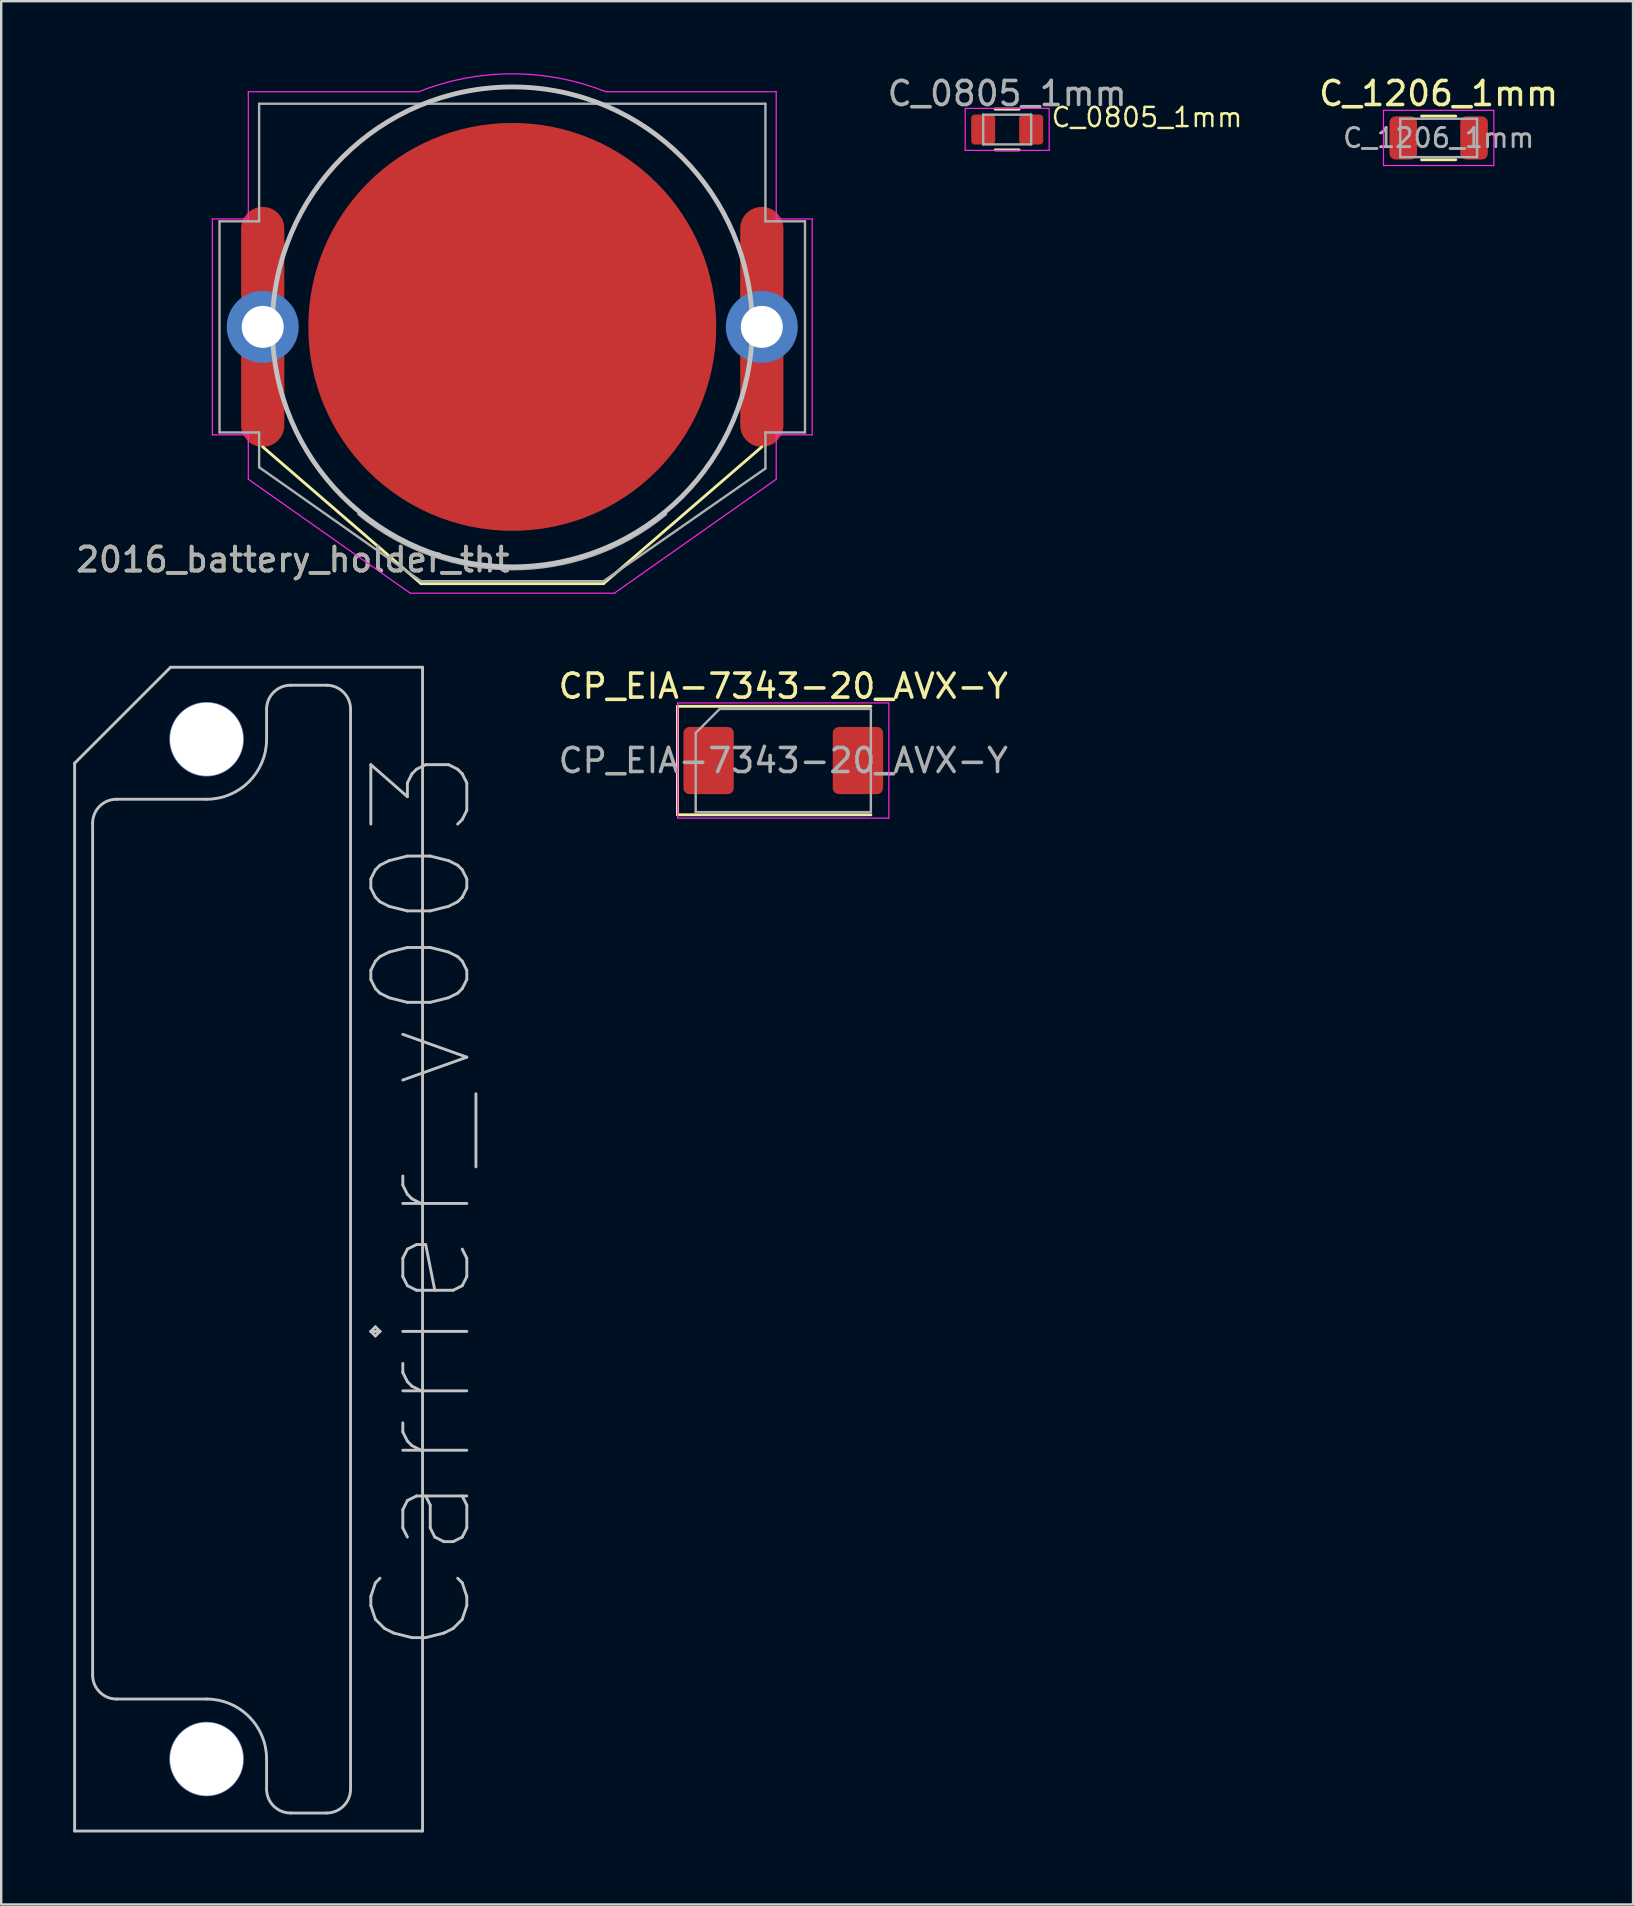
<source format=kicad_pcb>
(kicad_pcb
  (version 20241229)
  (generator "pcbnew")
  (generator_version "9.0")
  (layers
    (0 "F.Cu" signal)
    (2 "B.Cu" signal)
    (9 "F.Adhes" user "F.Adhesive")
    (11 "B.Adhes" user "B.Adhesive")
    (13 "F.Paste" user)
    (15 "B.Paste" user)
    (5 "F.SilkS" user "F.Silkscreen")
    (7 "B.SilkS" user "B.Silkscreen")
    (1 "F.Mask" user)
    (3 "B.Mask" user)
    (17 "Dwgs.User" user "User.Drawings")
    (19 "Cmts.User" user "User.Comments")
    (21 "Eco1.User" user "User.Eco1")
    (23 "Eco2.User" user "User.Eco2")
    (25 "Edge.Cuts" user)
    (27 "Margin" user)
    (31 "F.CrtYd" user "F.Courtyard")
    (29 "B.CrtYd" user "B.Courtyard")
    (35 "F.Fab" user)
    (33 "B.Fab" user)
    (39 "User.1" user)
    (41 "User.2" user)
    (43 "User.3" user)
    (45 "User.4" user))
  (footprint "Carrier_v003"
    (layer "F.Cu")
    (at 14.56 49.008)
    (property "Reference" "Carrier_v003" (at 0 -2 270) (layer "Dwgs.User") (effects (font (size 4 4) (thickness 0.12))))
    (attr exclude_from_pos_files exclude_from_bom)
    (fp_line (start -14.5 -20.25) (end -10.5 -24.25) (stroke (width 0.12) (type solid)) (layer "Dwgs.User"))
    (fp_line (start -14.5 24.25) (end -14.5 -20.25) (stroke (width 0.12) (type solid)) (layer "Dwgs.User"))
    (fp_line (start -13.75 -17.75) (end -13.75 17.75) (stroke (width 0.12) (type solid)) (layer "Dwgs.User"))
    (fp_line (start -12.75 -18.75) (end -9 -18.75) (stroke (width 0.12) (type solid)) (layer "Dwgs.User"))
    (fp_line (start -10.5 -24.25) (end 0 -24.25) (stroke (width 0.12) (type solid)) (layer "Dwgs.User"))
    (fp_line (start -9 18.75) (end -12.75 18.75) (stroke (width 0.12) (type solid)) (layer "Dwgs.User"))
    (fp_line (start -6.5 -22.5) (end -6.5 -21.25) (stroke (width 0.12) (type solid)) (layer "Dwgs.User"))
    (fp_line (start -6.5 22.5) (end -6.5 21.25) (stroke (width 0.12) (type solid)) (layer "Dwgs.User"))
    (fp_line (start -5.5 23.5) (end -4 23.5) (stroke (width 0.12) (type solid)) (layer "Dwgs.User"))
    (fp_line (start -4 -23.5) (end -5.5 -23.5) (stroke (width 0.12) (type solid)) (layer "Dwgs.User"))
    (fp_line (start -3 22.5) (end -3 -22.5) (stroke (width 0.12) (type solid)) (layer "Dwgs.User"))
    (fp_line (start 0 24.25) (end -14.5 24.25) (stroke (width 0.12) (type solid)) (layer "Dwgs.User"))
    (fp_line (start 0 24.25) (end 0 -24.25) (stroke (width 0.12) (type solid)) (layer "Dwgs.User"))
    (fp_arc (start -13.75 -17.75) (mid -13.457107 -18.457107) (end -12.75 -18.75) (stroke (width 0.12) (type solid)) (layer "Dwgs.User"))
    (fp_arc (start -12.75 18.75) (mid -13.457107 18.457107) (end -13.75 17.75) (stroke (width 0.12) (type solid)) (layer "Dwgs.User"))
    (fp_arc (start -9 18.75) (mid -7.232233 19.482233) (end -6.5 21.25) (stroke (width 0.12) (type solid)) (layer "Dwgs.User"))
    (fp_arc (start -6.5 -22.5) (mid -6.207107 -23.207107) (end -5.5 -23.5) (stroke (width 0.12) (type solid)) (layer "Dwgs.User"))
    (fp_arc (start -6.5 -21.25) (mid -7.232233 -19.482233) (end -9 -18.75) (stroke (width 0.12) (type solid)) (layer "Dwgs.User"))
    (fp_arc (start -5.5 23.5) (mid -6.207107 23.207107) (end -6.5 22.5) (stroke (width 0.12) (type solid)) (layer "Dwgs.User"))
    (fp_arc (start -4 -23.5) (mid -3.292893 -23.207107) (end -3 -22.5) (stroke (width 0.12) (type solid)) (layer "Dwgs.User"))
    (fp_arc (start -3 22.5) (mid -3.292893 23.207107) (end -4 23.5) (stroke (width 0.12) (type solid)) (layer "Dwgs.User"))
    (pad "" np_thru_hole circle (at -9 -21.25 180) (size 3.1 3.1) (drill 3.05) (layers "*.Cu" "*.Mask"))
    (pad "" np_thru_hole circle (at -9 21.25 180) (size 3.1 3.1) (drill 3.05) (layers "*.Cu" "*.Mask")))
  (footprint "2016_battery_holder_tht"
    (layer "F.Cu")
    (at 18.299 10.573)
    (property "Reference" "2016_battery_holder_tht" (at -9.15 9.7 0) (unlocked yes) (layer "F.SilkS") (effects (font (size 1 1) (thickness 0.15))))
    (attr through_hole)
    (fp_line (start -10.4 5) (end -3.8 10.7) (stroke (width 0.12) (type solid)) (layer "F.SilkS"))
    (fp_line (start -3.8 10.7) (end 3.8 10.7) (stroke (width 0.12) (type solid)) (layer "F.SilkS"))
    (fp_line (start 3.8 10.7) (end 10.4 5) (stroke (width 0.12) (type solid)) (layer "F.SilkS"))
    (fp_circle (center 0 0) (end 10 0) (stroke (width 0.2) (type solid)) (fill no) (layer "Dwgs.User"))
    (fp_line (start -12.5 -4.5) (end -11 -4.5) (stroke (width 0.05) (type solid)) (layer "F.CrtYd"))
    (fp_line (start -12.5 4.5) (end -12.5 -4.5) (stroke (width 0.05) (type solid)) (layer "F.CrtYd"))
    (fp_line (start -11 -9.8) (end -3.9 -9.8) (stroke (width 0.05) (type solid)) (layer "F.CrtYd"))
    (fp_line (start -11 -4.5) (end -11 -9.8) (stroke (width 0.05) (type solid)) (layer "F.CrtYd"))
    (fp_line (start -11 4.5) (end -12.5 4.5) (stroke (width 0.05) (type solid)) (layer "F.CrtYd"))
    (fp_line (start -11 6.35) (end -11 4.5) (stroke (width 0.05) (type solid)) (layer "F.CrtYd"))
    (fp_line (start -4.25 11.1) (end -11 6.35) (stroke (width 0.05) (type solid)) (layer "F.CrtYd"))
    (fp_line (start 4.25 11.1) (end -4.25 11.1) (stroke (width 0.05) (type solid)) (layer "F.CrtYd"))
    (fp_line (start 11 -9.8) (end 3.9 -9.8) (stroke (width 0.05) (type solid)) (layer "F.CrtYd"))
    (fp_line (start 11 -9.8) (end 11 -4.5) (stroke (width 0.05) (type solid)) (layer "F.CrtYd"))
    (fp_line (start 11 -4.5) (end 12.5 -4.5) (stroke (width 0.05) (type solid)) (layer "F.CrtYd"))
    (fp_line (start 11 4.5) (end 11 6.35) (stroke (width 0.05) (type solid)) (layer "F.CrtYd"))
    (fp_line (start 11 6.35) (end 4.25 11.1) (stroke (width 0.05) (type solid)) (layer "F.CrtYd"))
    (fp_line (start 12.5 -4.5) (end 12.5 4.5) (stroke (width 0.05) (type solid)) (layer "F.CrtYd"))
    (fp_line (start 12.5 4.5) (end 11 4.5) (stroke (width 0.05) (type solid)) (layer "F.CrtYd"))
    (fp_arc (start -3.9 -9.8) (mid 0 -10.547512) (end 3.9 -9.8) (stroke (width 0.05) (type solid)) (layer "F.CrtYd"))
    (fp_line (start -12.2 -4.4) (end -12.2 4.4) (stroke (width 0.1) (type solid)) (layer "F.Fab"))
    (fp_line (start -12.2 -4.4) (end -10.55 -4.4) (stroke (width 0.1) (type solid)) (layer "F.Fab"))
    (fp_line (start -12.2 4.4) (end -10.55 4.4) (stroke (width 0.1) (type solid)) (layer "F.Fab"))
    (fp_line (start -10.55 -4.4) (end -10.55 -9.3) (stroke (width 0.1) (type solid)) (layer "F.Fab"))
    (fp_line (start -10.55 4.4) (end -10.55 5.85) (stroke (width 0.1) (type solid)) (layer "F.Fab"))
    (fp_line (start -10.55 5.85) (end -3.8 10.6) (stroke (width 0.1) (type solid)) (layer "F.Fab"))
    (fp_line (start -3.8 10.6) (end 3.8 10.6) (stroke (width 0.1) (type solid)) (layer "F.Fab"))
    (fp_line (start 10.55 -9.3) (end -10.55 -9.3) (stroke (width 0.1) (type solid)) (layer "F.Fab"))
    (fp_line (start 10.55 -4.4) (end 10.55 -9.3) (stroke (width 0.1) (type solid)) (layer "F.Fab"))
    (fp_line (start 10.55 4.4) (end 10.55 5.9) (stroke (width 0.1) (type solid)) (layer "F.Fab"))
    (fp_line (start 10.55 4.4) (end 12.2 4.4) (stroke (width 0.1) (type solid)) (layer "F.Fab"))
    (fp_line (start 10.55 5.9) (end 3.8 10.6) (stroke (width 0.1) (type solid)) (layer "F.Fab"))
    (fp_line (start 12.2 -4.4) (end 10.55 -4.4) (stroke (width 0.1) (type solid)) (layer "F.Fab"))
    (fp_line (start 12.2 4.4) (end 12.2 -4.4) (stroke (width 0.1) (type solid)) (layer "F.Fab"))
    (fp_arc (start 6.394738 7.804313) (mid -0.003402 10.089597) (end -6.399999 7.799999) (stroke (width 0.12) (type solid)) (layer "F.Fab"))
    (fp_text user "${REFERENCE}" (at -9.15 9.7 0) (layer "F.Fab") (effects (font (size 1 1) (thickness 0.15))))
    (pad "1" thru_hole circle (at -10.4 0) (size 1.8 1.8) (drill 1.75) (layers "*.Cu" "*.Mask"))
    (pad "1" smd oval (at -10.4 0) (size 1.8 10) (layers "F.Cu" "F.Mask" "F.Paste"))
    (pad "1" smd circle (at -10.4 0) (size 3 3) (layers "B.Cu"))
    (pad "1" thru_hole circle (at 10.4 0) (size 1.8 1.8) (drill 1.75) (layers "*.Cu" "*.Mask"))
    (pad "1" smd oval (at 10.4 0) (size 1.8 10) (layers "F.Cu" "F.Mask" "F.Paste"))
    (pad "1" smd circle (at 10.4 0) (size 3 3) (layers "B.Cu"))
    (pad "2" smd circle (at 0 0) (size 17 17) (layers "F.Cu" "F.Mask")))
  (footprint "CP_EIA-7343-20_AVX-Y"
    (layer "F.Cu")
    (at 29.593 28.646)
    (property "Reference" "CP_EIA-7343-20_AVX-Y" (at 0 -3.1 0) (layer "F.SilkS") (effects (font (size 1 1) (thickness 0.15))))
    (attr smd)
    (fp_line (start -4.41 -2.26) (end -4.41 2.26) (stroke (width 0.12) (type solid)) (layer "F.SilkS"))
    (fp_line (start -4.41 2.26) (end 3.65 2.26) (stroke (width 0.12) (type solid)) (layer "F.SilkS"))
    (fp_line (start 3.65 -2.26) (end -4.41 -2.26) (stroke (width 0.12) (type solid)) (layer "F.SilkS"))
    (fp_line (start -4.4 -2.4) (end 4.4 -2.4) (stroke (width 0.05) (type solid)) (layer "F.CrtYd"))
    (fp_line (start -4.4 2.4) (end -4.4 -2.4) (stroke (width 0.05) (type solid)) (layer "F.CrtYd"))
    (fp_line (start 4.4 -2.4) (end 4.4 2.4) (stroke (width 0.05) (type solid)) (layer "F.CrtYd"))
    (fp_line (start 4.4 2.4) (end -4.4 2.4) (stroke (width 0.05) (type solid)) (layer "F.CrtYd"))
    (fp_line (start -3.65 -1.15) (end -3.65 2.15) (stroke (width 0.1) (type solid)) (layer "F.Fab"))
    (fp_line (start -3.65 2.15) (end 3.65 2.15) (stroke (width 0.1) (type solid)) (layer "F.Fab"))
    (fp_line (start -2.65 -2.15) (end -3.65 -1.15) (stroke (width 0.1) (type solid)) (layer "F.Fab"))
    (fp_line (start 3.65 -2.15) (end -2.65 -2.15) (stroke (width 0.1) (type solid)) (layer "F.Fab"))
    (fp_line (start 3.65 2.15) (end 3.65 -2.15) (stroke (width 0.1) (type solid)) (layer "F.Fab"))
    (fp_text user "${REFERENCE}" (at 0 0 0) (layer "F.Fab") (effects (font (size 1 1) (thickness 0.15))))
    (pad "1" smd roundrect (at -3.112 0) (size 2.1 2.8) (layers "F.Cu" "F.Mask" "F.Paste") (roundrect_rratio 0.12))
    (pad "2" smd roundrect (at 3.112 0) (size 2.1 2.8) (layers "F.Cu" "F.Mask" "F.Paste") (roundrect_rratio 0.12)))
  (footprint "C_0805_1mm"
    (layer "F.Cu")
    (at 38.925 2.348)
    (property "Reference" "C_0805_1mm" (at 1.778 -0.508 0) (unlocked yes) (layer "F.SilkS") (effects (font (size 0.8 0.8) (thickness 0.1)) (justify left)))
    (attr smd)
    (fp_line (start -0.5 0.85) (end 0.5 0.85) (stroke (width 0.12) (type solid)) (layer "F.SilkS"))
    (fp_line (start 0.5 -0.85) (end -0.5 -0.85) (stroke (width 0.12) (type solid)) (layer "F.SilkS"))
    (fp_line (start -1.75 -0.88) (end -1.75 0.87) (stroke (width 0.05) (type solid)) (layer "F.CrtYd"))
    (fp_line (start -1.75 -0.88) (end 1.75 -0.88) (stroke (width 0.05) (type solid)) (layer "F.CrtYd"))
    (fp_line (start 1.75 0.87) (end -1.75 0.87) (stroke (width 0.05) (type solid)) (layer "F.CrtYd"))
    (fp_line (start 1.75 0.87) (end 1.75 -0.88) (stroke (width 0.05) (type solid)) (layer "F.CrtYd"))
    (fp_line (start -1 -0.62) (end 1 -0.62) (stroke (width 0.1) (type solid)) (layer "F.Fab"))
    (fp_line (start -1 0.62) (end -1 -0.62) (stroke (width 0.1) (type solid)) (layer "F.Fab"))
    (fp_line (start 1 -0.62) (end 1 0.62) (stroke (width 0.1) (type solid)) (layer "F.Fab"))
    (fp_line (start 1 0.62) (end -1 0.62) (stroke (width 0.1) (type solid)) (layer "F.Fab"))
    (fp_text user "${REFERENCE}" (at 0 -1.5 0) (layer "F.Fab") (effects (font (size 1 1) (thickness 0.15))))
    (pad "1" smd roundrect (at -1 0) (size 1 1.25) (layers "F.Cu" "F.Mask" "F.Paste") (roundrect_rratio 0.15))
    (pad "2" smd roundrect (at 1 0) (size 1 1.25) (layers "F.Cu" "F.Mask" "F.Paste") (roundrect_rratio 0.15)))
  (footprint "C_1206_1mm"
    (layer "F.Cu")
    (at 56.906 2.698)
    (property "Reference" "C_1206_1mm" (at 0 -1.85 0) (layer "F.SilkS") (effects (font (size 1 1) (thickness 0.15))))
    (attr smd)
    (fp_line (start -0.711 -0.91) (end 0.711 -0.91) (stroke (width 0.12) (type solid)) (layer "F.SilkS"))
    (fp_line (start -0.711 0.91) (end 0.711 0.91) (stroke (width 0.12) (type solid)) (layer "F.SilkS"))
    (fp_line (start -2.3 -1.15) (end 2.3 -1.15) (stroke (width 0.05) (type solid)) (layer "F.CrtYd"))
    (fp_line (start -2.3 1.15) (end -2.3 -1.15) (stroke (width 0.05) (type solid)) (layer "F.CrtYd"))
    (fp_line (start 2.3 -1.15) (end 2.3 1.15) (stroke (width 0.05) (type solid)) (layer "F.CrtYd"))
    (fp_line (start 2.3 1.15) (end -2.3 1.15) (stroke (width 0.05) (type solid)) (layer "F.CrtYd"))
    (fp_line (start -1.6 -0.8) (end 1.6 -0.8) (stroke (width 0.1) (type solid)) (layer "F.Fab"))
    (fp_line (start -1.6 0.8) (end -1.6 -0.8) (stroke (width 0.1) (type solid)) (layer "F.Fab"))
    (fp_line (start 1.6 -0.8) (end 1.6 0.8) (stroke (width 0.1) (type solid)) (layer "F.Fab"))
    (fp_line (start 1.6 0.8) (end -1.6 0.8) (stroke (width 0.1) (type solid)) (layer "F.Fab"))
    (fp_text user "${REFERENCE}" (at 0 0 0) (layer "F.Fab") (effects (font (size 0.8 0.8) (thickness 0.12))))
    (pad "1" smd roundrect (at -1.475 0) (size 1.15 1.8) (layers "F.Cu" "F.Mask" "F.Paste") (roundrect_rratio 0.217))
    (pad "2" smd roundrect (at 1.475 0) (size 1.15 1.8) (layers "F.Cu" "F.Mask" "F.Paste") (roundrect_rratio 0.217)))
  (gr_rect
    (start -3 -3)
    (end 65.007 76.318)
    (stroke (width 0.1) (type default))
    (fill no)
    (layer "Edge.Cuts")))
</source>
